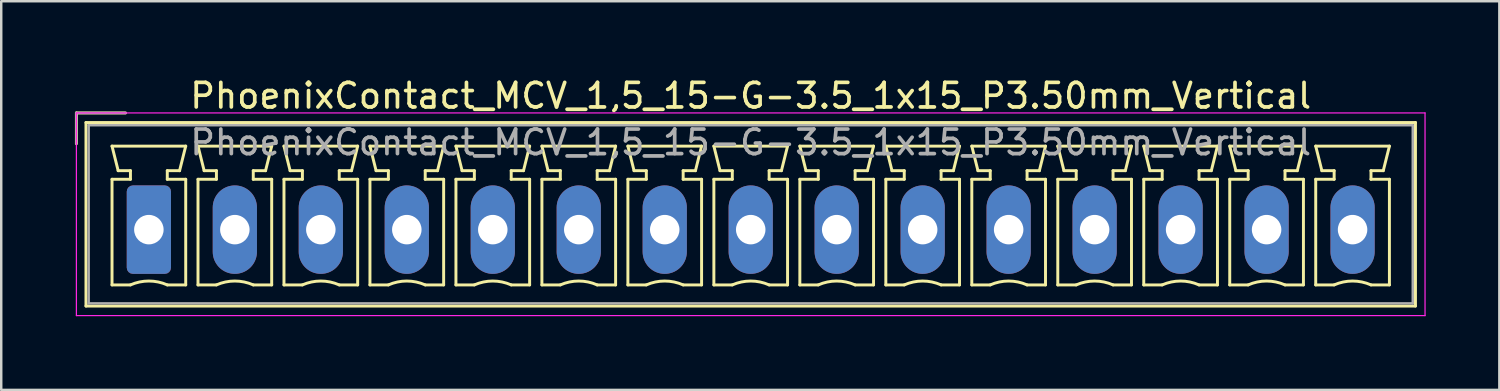
<source format=kicad_pcb>
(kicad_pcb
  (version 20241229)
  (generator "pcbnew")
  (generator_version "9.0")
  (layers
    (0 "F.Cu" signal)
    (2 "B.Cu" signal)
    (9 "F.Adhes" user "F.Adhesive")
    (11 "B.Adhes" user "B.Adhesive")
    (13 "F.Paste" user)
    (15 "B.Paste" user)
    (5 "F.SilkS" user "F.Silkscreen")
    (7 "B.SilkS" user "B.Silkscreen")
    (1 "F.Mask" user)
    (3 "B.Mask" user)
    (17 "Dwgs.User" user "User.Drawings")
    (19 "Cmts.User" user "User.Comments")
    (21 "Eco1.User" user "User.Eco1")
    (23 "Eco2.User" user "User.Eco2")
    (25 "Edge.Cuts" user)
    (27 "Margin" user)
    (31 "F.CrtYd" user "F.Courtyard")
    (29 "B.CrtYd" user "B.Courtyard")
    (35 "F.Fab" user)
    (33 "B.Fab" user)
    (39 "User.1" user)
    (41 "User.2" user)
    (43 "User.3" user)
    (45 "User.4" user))
  (footprint "PhoenixContact_MCV_1,5_15-G-3.5_1x15_P3.50mm_Vertical"
    (layer "F.Cu")
    (at 3.01 6.298)
    (property "Reference" "PhoenixContact_MCV_1,5_15-G-3.5_1x15_P3.50mm_Vertical" (at 24.5 -5.45 0) (layer "F.SilkS") (effects (font (size 1 1) (thickness 0.15))))
    (attr through_hole)
    (fp_line (start -2.95 -4.75) (end -0.95 -4.75) (stroke (width 0.12) (type solid)) (layer "F.SilkS"))
    (fp_line (start -2.95 -3.5) (end -2.95 -4.75) (stroke (width 0.12) (type solid)) (layer "F.SilkS"))
    (fp_line (start -2.56 -4.36) (end -2.56 3.11) (stroke (width 0.12) (type solid)) (layer "F.SilkS"))
    (fp_line (start -2.56 3.11) (end 51.56 3.11) (stroke (width 0.12) (type solid)) (layer "F.SilkS"))
    (fp_line (start -1.5 -3.4) (end 1.5 -3.4) (stroke (width 0.12) (type solid)) (layer "F.SilkS"))
    (fp_line (start -1.5 -2.05) (end -0.75 -2.05) (stroke (width 0.12) (type solid)) (layer "F.SilkS"))
    (fp_line (start -1.5 2.25) (end -1.5 -2.05) (stroke (width 0.12) (type solid)) (layer "F.SilkS"))
    (fp_line (start -1.25 -2.4) (end -1.5 -3.4) (stroke (width 0.12) (type solid)) (layer "F.SilkS"))
    (fp_line (start -0.75 -2.4) (end -1.25 -2.4) (stroke (width 0.12) (type solid)) (layer "F.SilkS"))
    (fp_line (start -0.75 -2.05) (end -0.75 -2.4) (stroke (width 0.12) (type solid)) (layer "F.SilkS"))
    (fp_line (start -0.75 2.25) (end -1.5 2.25) (stroke (width 0.12) (type solid)) (layer "F.SilkS"))
    (fp_line (start 0.75 -2.4) (end 0.75 -2.05) (stroke (width 0.12) (type solid)) (layer "F.SilkS"))
    (fp_line (start 0.75 -2.05) (end 1.5 -2.05) (stroke (width 0.12) (type solid)) (layer "F.SilkS"))
    (fp_line (start 1.25 -2.4) (end 0.75 -2.4) (stroke (width 0.12) (type solid)) (layer "F.SilkS"))
    (fp_line (start 1.5 -3.4) (end 1.25 -2.4) (stroke (width 0.12) (type solid)) (layer "F.SilkS"))
    (fp_line (start 1.5 -2.05) (end 1.5 2.25) (stroke (width 0.12) (type solid)) (layer "F.SilkS"))
    (fp_line (start 1.5 2.25) (end 0.75 2.25) (stroke (width 0.12) (type solid)) (layer "F.SilkS"))
    (fp_line (start 2 -3.4) (end 5 -3.4) (stroke (width 0.12) (type solid)) (layer "F.SilkS"))
    (fp_line (start 2 -2.05) (end 2.75 -2.05) (stroke (width 0.12) (type solid)) (layer "F.SilkS"))
    (fp_line (start 2 2.25) (end 2 -2.05) (stroke (width 0.12) (type solid)) (layer "F.SilkS"))
    (fp_line (start 2.25 -2.4) (end 2 -3.4) (stroke (width 0.12) (type solid)) (layer "F.SilkS"))
    (fp_line (start 2.75 -2.4) (end 2.25 -2.4) (stroke (width 0.12) (type solid)) (layer "F.SilkS"))
    (fp_line (start 2.75 -2.05) (end 2.75 -2.4) (stroke (width 0.12) (type solid)) (layer "F.SilkS"))
    (fp_line (start 2.75 2.25) (end 2 2.25) (stroke (width 0.12) (type solid)) (layer "F.SilkS"))
    (fp_line (start 4.25 -2.4) (end 4.25 -2.05) (stroke (width 0.12) (type solid)) (layer "F.SilkS"))
    (fp_line (start 4.25 -2.05) (end 5 -2.05) (stroke (width 0.12) (type solid)) (layer "F.SilkS"))
    (fp_line (start 4.75 -2.4) (end 4.25 -2.4) (stroke (width 0.12) (type solid)) (layer "F.SilkS"))
    (fp_line (start 5 -3.4) (end 4.75 -2.4) (stroke (width 0.12) (type solid)) (layer "F.SilkS"))
    (fp_line (start 5 -2.05) (end 5 2.25) (stroke (width 0.12) (type solid)) (layer "F.SilkS"))
    (fp_line (start 5 2.25) (end 4.25 2.25) (stroke (width 0.12) (type solid)) (layer "F.SilkS"))
    (fp_line (start 5.5 -3.4) (end 8.5 -3.4) (stroke (width 0.12) (type solid)) (layer "F.SilkS"))
    (fp_line (start 5.5 -2.05) (end 6.25 -2.05) (stroke (width 0.12) (type solid)) (layer "F.SilkS"))
    (fp_line (start 5.5 2.25) (end 5.5 -2.05) (stroke (width 0.12) (type solid)) (layer "F.SilkS"))
    (fp_line (start 5.75 -2.4) (end 5.5 -3.4) (stroke (width 0.12) (type solid)) (layer "F.SilkS"))
    (fp_line (start 6.25 -2.4) (end 5.75 -2.4) (stroke (width 0.12) (type solid)) (layer "F.SilkS"))
    (fp_line (start 6.25 -2.05) (end 6.25 -2.4) (stroke (width 0.12) (type solid)) (layer "F.SilkS"))
    (fp_line (start 6.25 2.25) (end 5.5 2.25) (stroke (width 0.12) (type solid)) (layer "F.SilkS"))
    (fp_line (start 7.75 -2.4) (end 7.75 -2.05) (stroke (width 0.12) (type solid)) (layer "F.SilkS"))
    (fp_line (start 7.75 -2.05) (end 8.5 -2.05) (stroke (width 0.12) (type solid)) (layer "F.SilkS"))
    (fp_line (start 8.25 -2.4) (end 7.75 -2.4) (stroke (width 0.12) (type solid)) (layer "F.SilkS"))
    (fp_line (start 8.5 -3.4) (end 8.25 -2.4) (stroke (width 0.12) (type solid)) (layer "F.SilkS"))
    (fp_line (start 8.5 -2.05) (end 8.5 2.25) (stroke (width 0.12) (type solid)) (layer "F.SilkS"))
    (fp_line (start 8.5 2.25) (end 7.75 2.25) (stroke (width 0.12) (type solid)) (layer "F.SilkS"))
    (fp_line (start 9 -3.4) (end 12 -3.4) (stroke (width 0.12) (type solid)) (layer "F.SilkS"))
    (fp_line (start 9 -2.05) (end 9.75 -2.05) (stroke (width 0.12) (type solid)) (layer "F.SilkS"))
    (fp_line (start 9 2.25) (end 9 -2.05) (stroke (width 0.12) (type solid)) (layer "F.SilkS"))
    (fp_line (start 9.25 -2.4) (end 9 -3.4) (stroke (width 0.12) (type solid)) (layer "F.SilkS"))
    (fp_line (start 9.75 -2.4) (end 9.25 -2.4) (stroke (width 0.12) (type solid)) (layer "F.SilkS"))
    (fp_line (start 9.75 -2.05) (end 9.75 -2.4) (stroke (width 0.12) (type solid)) (layer "F.SilkS"))
    (fp_line (start 9.75 2.25) (end 9 2.25) (stroke (width 0.12) (type solid)) (layer "F.SilkS"))
    (fp_line (start 11.25 -2.4) (end 11.25 -2.05) (stroke (width 0.12) (type solid)) (layer "F.SilkS"))
    (fp_line (start 11.25 -2.05) (end 12 -2.05) (stroke (width 0.12) (type solid)) (layer "F.SilkS"))
    (fp_line (start 11.75 -2.4) (end 11.25 -2.4) (stroke (width 0.12) (type solid)) (layer "F.SilkS"))
    (fp_line (start 12 -3.4) (end 11.75 -2.4) (stroke (width 0.12) (type solid)) (layer "F.SilkS"))
    (fp_line (start 12 -2.05) (end 12 2.25) (stroke (width 0.12) (type solid)) (layer "F.SilkS"))
    (fp_line (start 12 2.25) (end 11.25 2.25) (stroke (width 0.12) (type solid)) (layer "F.SilkS"))
    (fp_line (start 12.5 -3.4) (end 15.5 -3.4) (stroke (width 0.12) (type solid)) (layer "F.SilkS"))
    (fp_line (start 12.5 -2.05) (end 13.25 -2.05) (stroke (width 0.12) (type solid)) (layer "F.SilkS"))
    (fp_line (start 12.5 2.25) (end 12.5 -2.05) (stroke (width 0.12) (type solid)) (layer "F.SilkS"))
    (fp_line (start 12.75 -2.4) (end 12.5 -3.4) (stroke (width 0.12) (type solid)) (layer "F.SilkS"))
    (fp_line (start 13.25 -2.4) (end 12.75 -2.4) (stroke (width 0.12) (type solid)) (layer "F.SilkS"))
    (fp_line (start 13.25 -2.05) (end 13.25 -2.4) (stroke (width 0.12) (type solid)) (layer "F.SilkS"))
    (fp_line (start 13.25 2.25) (end 12.5 2.25) (stroke (width 0.12) (type solid)) (layer "F.SilkS"))
    (fp_line (start 14.75 -2.4) (end 14.75 -2.05) (stroke (width 0.12) (type solid)) (layer "F.SilkS"))
    (fp_line (start 14.75 -2.05) (end 15.5 -2.05) (stroke (width 0.12) (type solid)) (layer "F.SilkS"))
    (fp_line (start 15.25 -2.4) (end 14.75 -2.4) (stroke (width 0.12) (type solid)) (layer "F.SilkS"))
    (fp_line (start 15.5 -3.4) (end 15.25 -2.4) (stroke (width 0.12) (type solid)) (layer "F.SilkS"))
    (fp_line (start 15.5 -2.05) (end 15.5 2.25) (stroke (width 0.12) (type solid)) (layer "F.SilkS"))
    (fp_line (start 15.5 2.25) (end 14.75 2.25) (stroke (width 0.12) (type solid)) (layer "F.SilkS"))
    (fp_line (start 16 -3.4) (end 19 -3.4) (stroke (width 0.12) (type solid)) (layer "F.SilkS"))
    (fp_line (start 16 -2.05) (end 16.75 -2.05) (stroke (width 0.12) (type solid)) (layer "F.SilkS"))
    (fp_line (start 16 2.25) (end 16 -2.05) (stroke (width 0.12) (type solid)) (layer "F.SilkS"))
    (fp_line (start 16.25 -2.4) (end 16 -3.4) (stroke (width 0.12) (type solid)) (layer "F.SilkS"))
    (fp_line (start 16.75 -2.4) (end 16.25 -2.4) (stroke (width 0.12) (type solid)) (layer "F.SilkS"))
    (fp_line (start 16.75 -2.05) (end 16.75 -2.4) (stroke (width 0.12) (type solid)) (layer "F.SilkS"))
    (fp_line (start 16.75 2.25) (end 16 2.25) (stroke (width 0.12) (type solid)) (layer "F.SilkS"))
    (fp_line (start 18.25 -2.4) (end 18.25 -2.05) (stroke (width 0.12) (type solid)) (layer "F.SilkS"))
    (fp_line (start 18.25 -2.05) (end 19 -2.05) (stroke (width 0.12) (type solid)) (layer "F.SilkS"))
    (fp_line (start 18.75 -2.4) (end 18.25 -2.4) (stroke (width 0.12) (type solid)) (layer "F.SilkS"))
    (fp_line (start 19 -3.4) (end 18.75 -2.4) (stroke (width 0.12) (type solid)) (layer "F.SilkS"))
    (fp_line (start 19 -2.05) (end 19 2.25) (stroke (width 0.12) (type solid)) (layer "F.SilkS"))
    (fp_line (start 19 2.25) (end 18.25 2.25) (stroke (width 0.12) (type solid)) (layer "F.SilkS"))
    (fp_line (start 19.5 -3.4) (end 22.5 -3.4) (stroke (width 0.12) (type solid)) (layer "F.SilkS"))
    (fp_line (start 19.5 -2.05) (end 20.25 -2.05) (stroke (width 0.12) (type solid)) (layer "F.SilkS"))
    (fp_line (start 19.5 2.25) (end 19.5 -2.05) (stroke (width 0.12) (type solid)) (layer "F.SilkS"))
    (fp_line (start 19.75 -2.4) (end 19.5 -3.4) (stroke (width 0.12) (type solid)) (layer "F.SilkS"))
    (fp_line (start 20.25 -2.4) (end 19.75 -2.4) (stroke (width 0.12) (type solid)) (layer "F.SilkS"))
    (fp_line (start 20.25 -2.05) (end 20.25 -2.4) (stroke (width 0.12) (type solid)) (layer "F.SilkS"))
    (fp_line (start 20.25 2.25) (end 19.5 2.25) (stroke (width 0.12) (type solid)) (layer "F.SilkS"))
    (fp_line (start 21.75 -2.4) (end 21.75 -2.05) (stroke (width 0.12) (type solid)) (layer "F.SilkS"))
    (fp_line (start 21.75 -2.05) (end 22.5 -2.05) (stroke (width 0.12) (type solid)) (layer "F.SilkS"))
    (fp_line (start 22.25 -2.4) (end 21.75 -2.4) (stroke (width 0.12) (type solid)) (layer "F.SilkS"))
    (fp_line (start 22.5 -3.4) (end 22.25 -2.4) (stroke (width 0.12) (type solid)) (layer "F.SilkS"))
    (fp_line (start 22.5 -2.05) (end 22.5 2.25) (stroke (width 0.12) (type solid)) (layer "F.SilkS"))
    (fp_line (start 22.5 2.25) (end 21.75 2.25) (stroke (width 0.12) (type solid)) (layer "F.SilkS"))
    (fp_line (start 23 -3.4) (end 26 -3.4) (stroke (width 0.12) (type solid)) (layer "F.SilkS"))
    (fp_line (start 23 -2.05) (end 23.75 -2.05) (stroke (width 0.12) (type solid)) (layer "F.SilkS"))
    (fp_line (start 23 2.25) (end 23 -2.05) (stroke (width 0.12) (type solid)) (layer "F.SilkS"))
    (fp_line (start 23.25 -2.4) (end 23 -3.4) (stroke (width 0.12) (type solid)) (layer "F.SilkS"))
    (fp_line (start 23.75 -2.4) (end 23.25 -2.4) (stroke (width 0.12) (type solid)) (layer "F.SilkS"))
    (fp_line (start 23.75 -2.05) (end 23.75 -2.4) (stroke (width 0.12) (type solid)) (layer "F.SilkS"))
    (fp_line (start 23.75 2.25) (end 23 2.25) (stroke (width 0.12) (type solid)) (layer "F.SilkS"))
    (fp_line (start 25.25 -2.4) (end 25.25 -2.05) (stroke (width 0.12) (type solid)) (layer "F.SilkS"))
    (fp_line (start 25.25 -2.05) (end 26 -2.05) (stroke (width 0.12) (type solid)) (layer "F.SilkS"))
    (fp_line (start 25.75 -2.4) (end 25.25 -2.4) (stroke (width 0.12) (type solid)) (layer "F.SilkS"))
    (fp_line (start 26 -3.4) (end 25.75 -2.4) (stroke (width 0.12) (type solid)) (layer "F.SilkS"))
    (fp_line (start 26 -2.05) (end 26 2.25) (stroke (width 0.12) (type solid)) (layer "F.SilkS"))
    (fp_line (start 26 2.25) (end 25.25 2.25) (stroke (width 0.12) (type solid)) (layer "F.SilkS"))
    (fp_line (start 26.5 -3.4) (end 29.5 -3.4) (stroke (width 0.12) (type solid)) (layer "F.SilkS"))
    (fp_line (start 26.5 -2.05) (end 27.25 -2.05) (stroke (width 0.12) (type solid)) (layer "F.SilkS"))
    (fp_line (start 26.5 2.25) (end 26.5 -2.05) (stroke (width 0.12) (type solid)) (layer "F.SilkS"))
    (fp_line (start 26.75 -2.4) (end 26.5 -3.4) (stroke (width 0.12) (type solid)) (layer "F.SilkS"))
    (fp_line (start 27.25 -2.4) (end 26.75 -2.4) (stroke (width 0.12) (type solid)) (layer "F.SilkS"))
    (fp_line (start 27.25 -2.05) (end 27.25 -2.4) (stroke (width 0.12) (type solid)) (layer "F.SilkS"))
    (fp_line (start 27.25 2.25) (end 26.5 2.25) (stroke (width 0.12) (type solid)) (layer "F.SilkS"))
    (fp_line (start 28.75 -2.4) (end 28.75 -2.05) (stroke (width 0.12) (type solid)) (layer "F.SilkS"))
    (fp_line (start 28.75 -2.05) (end 29.5 -2.05) (stroke (width 0.12) (type solid)) (layer "F.SilkS"))
    (fp_line (start 29.25 -2.4) (end 28.75 -2.4) (stroke (width 0.12) (type solid)) (layer "F.SilkS"))
    (fp_line (start 29.5 -3.4) (end 29.25 -2.4) (stroke (width 0.12) (type solid)) (layer "F.SilkS"))
    (fp_line (start 29.5 -2.05) (end 29.5 2.25) (stroke (width 0.12) (type solid)) (layer "F.SilkS"))
    (fp_line (start 29.5 2.25) (end 28.75 2.25) (stroke (width 0.12) (type solid)) (layer "F.SilkS"))
    (fp_line (start 30 -3.4) (end 33 -3.4) (stroke (width 0.12) (type solid)) (layer "F.SilkS"))
    (fp_line (start 30 -2.05) (end 30.75 -2.05) (stroke (width 0.12) (type solid)) (layer "F.SilkS"))
    (fp_line (start 30 2.25) (end 30 -2.05) (stroke (width 0.12) (type solid)) (layer "F.SilkS"))
    (fp_line (start 30.25 -2.4) (end 30 -3.4) (stroke (width 0.12) (type solid)) (layer "F.SilkS"))
    (fp_line (start 30.75 -2.4) (end 30.25 -2.4) (stroke (width 0.12) (type solid)) (layer "F.SilkS"))
    (fp_line (start 30.75 -2.05) (end 30.75 -2.4) (stroke (width 0.12) (type solid)) (layer "F.SilkS"))
    (fp_line (start 30.75 2.25) (end 30 2.25) (stroke (width 0.12) (type solid)) (layer "F.SilkS"))
    (fp_line (start 32.25 -2.4) (end 32.25 -2.05) (stroke (width 0.12) (type solid)) (layer "F.SilkS"))
    (fp_line (start 32.25 -2.05) (end 33 -2.05) (stroke (width 0.12) (type solid)) (layer "F.SilkS"))
    (fp_line (start 32.75 -2.4) (end 32.25 -2.4) (stroke (width 0.12) (type solid)) (layer "F.SilkS"))
    (fp_line (start 33 -3.4) (end 32.75 -2.4) (stroke (width 0.12) (type solid)) (layer "F.SilkS"))
    (fp_line (start 33 -2.05) (end 33 2.25) (stroke (width 0.12) (type solid)) (layer "F.SilkS"))
    (fp_line (start 33 2.25) (end 32.25 2.25) (stroke (width 0.12) (type solid)) (layer "F.SilkS"))
    (fp_line (start 33.5 -3.4) (end 36.5 -3.4) (stroke (width 0.12) (type solid)) (layer "F.SilkS"))
    (fp_line (start 33.5 -2.05) (end 34.25 -2.05) (stroke (width 0.12) (type solid)) (layer "F.SilkS"))
    (fp_line (start 33.5 2.25) (end 33.5 -2.05) (stroke (width 0.12) (type solid)) (layer "F.SilkS"))
    (fp_line (start 33.75 -2.4) (end 33.5 -3.4) (stroke (width 0.12) (type solid)) (layer "F.SilkS"))
    (fp_line (start 34.25 -2.4) (end 33.75 -2.4) (stroke (width 0.12) (type solid)) (layer "F.SilkS"))
    (fp_line (start 34.25 -2.05) (end 34.25 -2.4) (stroke (width 0.12) (type solid)) (layer "F.SilkS"))
    (fp_line (start 34.25 2.25) (end 33.5 2.25) (stroke (width 0.12) (type solid)) (layer "F.SilkS"))
    (fp_line (start 35.75 -2.4) (end 35.75 -2.05) (stroke (width 0.12) (type solid)) (layer "F.SilkS"))
    (fp_line (start 35.75 -2.05) (end 36.5 -2.05) (stroke (width 0.12) (type solid)) (layer "F.SilkS"))
    (fp_line (start 36.25 -2.4) (end 35.75 -2.4) (stroke (width 0.12) (type solid)) (layer "F.SilkS"))
    (fp_line (start 36.5 -3.4) (end 36.25 -2.4) (stroke (width 0.12) (type solid)) (layer "F.SilkS"))
    (fp_line (start 36.5 -2.05) (end 36.5 2.25) (stroke (width 0.12) (type solid)) (layer "F.SilkS"))
    (fp_line (start 36.5 2.25) (end 35.75 2.25) (stroke (width 0.12) (type solid)) (layer "F.SilkS"))
    (fp_line (start 37 -3.4) (end 40 -3.4) (stroke (width 0.12) (type solid)) (layer "F.SilkS"))
    (fp_line (start 37 -2.05) (end 37.75 -2.05) (stroke (width 0.12) (type solid)) (layer "F.SilkS"))
    (fp_line (start 37 2.25) (end 37 -2.05) (stroke (width 0.12) (type solid)) (layer "F.SilkS"))
    (fp_line (start 37.25 -2.4) (end 37 -3.4) (stroke (width 0.12) (type solid)) (layer "F.SilkS"))
    (fp_line (start 37.75 -2.4) (end 37.25 -2.4) (stroke (width 0.12) (type solid)) (layer "F.SilkS"))
    (fp_line (start 37.75 -2.05) (end 37.75 -2.4) (stroke (width 0.12) (type solid)) (layer "F.SilkS"))
    (fp_line (start 37.75 2.25) (end 37 2.25) (stroke (width 0.12) (type solid)) (layer "F.SilkS"))
    (fp_line (start 39.25 -2.4) (end 39.25 -2.05) (stroke (width 0.12) (type solid)) (layer "F.SilkS"))
    (fp_line (start 39.25 -2.05) (end 40 -2.05) (stroke (width 0.12) (type solid)) (layer "F.SilkS"))
    (fp_line (start 39.75 -2.4) (end 39.25 -2.4) (stroke (width 0.12) (type solid)) (layer "F.SilkS"))
    (fp_line (start 40 -3.4) (end 39.75 -2.4) (stroke (width 0.12) (type solid)) (layer "F.SilkS"))
    (fp_line (start 40 -2.05) (end 40 2.25) (stroke (width 0.12) (type solid)) (layer "F.SilkS"))
    (fp_line (start 40 2.25) (end 39.25 2.25) (stroke (width 0.12) (type solid)) (layer "F.SilkS"))
    (fp_line (start 40.5 -3.4) (end 43.5 -3.4) (stroke (width 0.12) (type solid)) (layer "F.SilkS"))
    (fp_line (start 40.5 -2.05) (end 41.25 -2.05) (stroke (width 0.12) (type solid)) (layer "F.SilkS"))
    (fp_line (start 40.5 2.25) (end 40.5 -2.05) (stroke (width 0.12) (type solid)) (layer "F.SilkS"))
    (fp_line (start 40.75 -2.4) (end 40.5 -3.4) (stroke (width 0.12) (type solid)) (layer "F.SilkS"))
    (fp_line (start 41.25 -2.4) (end 40.75 -2.4) (stroke (width 0.12) (type solid)) (layer "F.SilkS"))
    (fp_line (start 41.25 -2.05) (end 41.25 -2.4) (stroke (width 0.12) (type solid)) (layer "F.SilkS"))
    (fp_line (start 41.25 2.25) (end 40.5 2.25) (stroke (width 0.12) (type solid)) (layer "F.SilkS"))
    (fp_line (start 42.75 -2.4) (end 42.75 -2.05) (stroke (width 0.12) (type solid)) (layer "F.SilkS"))
    (fp_line (start 42.75 -2.05) (end 43.5 -2.05) (stroke (width 0.12) (type solid)) (layer "F.SilkS"))
    (fp_line (start 43.25 -2.4) (end 42.75 -2.4) (stroke (width 0.12) (type solid)) (layer "F.SilkS"))
    (fp_line (start 43.5 -3.4) (end 43.25 -2.4) (stroke (width 0.12) (type solid)) (layer "F.SilkS"))
    (fp_line (start 43.5 -2.05) (end 43.5 2.25) (stroke (width 0.12) (type solid)) (layer "F.SilkS"))
    (fp_line (start 43.5 2.25) (end 42.75 2.25) (stroke (width 0.12) (type solid)) (layer "F.SilkS"))
    (fp_line (start 44 -3.4) (end 47 -3.4) (stroke (width 0.12) (type solid)) (layer "F.SilkS"))
    (fp_line (start 44 -2.05) (end 44.75 -2.05) (stroke (width 0.12) (type solid)) (layer "F.SilkS"))
    (fp_line (start 44 2.25) (end 44 -2.05) (stroke (width 0.12) (type solid)) (layer "F.SilkS"))
    (fp_line (start 44.25 -2.4) (end 44 -3.4) (stroke (width 0.12) (type solid)) (layer "F.SilkS"))
    (fp_line (start 44.75 -2.4) (end 44.25 -2.4) (stroke (width 0.12) (type solid)) (layer "F.SilkS"))
    (fp_line (start 44.75 -2.05) (end 44.75 -2.4) (stroke (width 0.12) (type solid)) (layer "F.SilkS"))
    (fp_line (start 44.75 2.25) (end 44 2.25) (stroke (width 0.12) (type solid)) (layer "F.SilkS"))
    (fp_line (start 46.25 -2.4) (end 46.25 -2.05) (stroke (width 0.12) (type solid)) (layer "F.SilkS"))
    (fp_line (start 46.25 -2.05) (end 47 -2.05) (stroke (width 0.12) (type solid)) (layer "F.SilkS"))
    (fp_line (start 46.75 -2.4) (end 46.25 -2.4) (stroke (width 0.12) (type solid)) (layer "F.SilkS"))
    (fp_line (start 47 -3.4) (end 46.75 -2.4) (stroke (width 0.12) (type solid)) (layer "F.SilkS"))
    (fp_line (start 47 -2.05) (end 47 2.25) (stroke (width 0.12) (type solid)) (layer "F.SilkS"))
    (fp_line (start 47 2.25) (end 46.25 2.25) (stroke (width 0.12) (type solid)) (layer "F.SilkS"))
    (fp_line (start 47.5 -3.4) (end 50.5 -3.4) (stroke (width 0.12) (type solid)) (layer "F.SilkS"))
    (fp_line (start 47.5 -2.05) (end 48.25 -2.05) (stroke (width 0.12) (type solid)) (layer "F.SilkS"))
    (fp_line (start 47.5 2.25) (end 47.5 -2.05) (stroke (width 0.12) (type solid)) (layer "F.SilkS"))
    (fp_line (start 47.75 -2.4) (end 47.5 -3.4) (stroke (width 0.12) (type solid)) (layer "F.SilkS"))
    (fp_line (start 48.25 -2.4) (end 47.75 -2.4) (stroke (width 0.12) (type solid)) (layer "F.SilkS"))
    (fp_line (start 48.25 -2.05) (end 48.25 -2.4) (stroke (width 0.12) (type solid)) (layer "F.SilkS"))
    (fp_line (start 48.25 2.25) (end 47.5 2.25) (stroke (width 0.12) (type solid)) (layer "F.SilkS"))
    (fp_line (start 49.75 -2.4) (end 49.75 -2.05) (stroke (width 0.12) (type solid)) (layer "F.SilkS"))
    (fp_line (start 49.75 -2.05) (end 50.5 -2.05) (stroke (width 0.12) (type solid)) (layer "F.SilkS"))
    (fp_line (start 50.25 -2.4) (end 49.75 -2.4) (stroke (width 0.12) (type solid)) (layer "F.SilkS"))
    (fp_line (start 50.5 -3.4) (end 50.25 -2.4) (stroke (width 0.12) (type solid)) (layer "F.SilkS"))
    (fp_line (start 50.5 -2.05) (end 50.5 2.25) (stroke (width 0.12) (type solid)) (layer "F.SilkS"))
    (fp_line (start 50.5 2.25) (end 49.75 2.25) (stroke (width 0.12) (type solid)) (layer "F.SilkS"))
    (fp_line (start 51.56 -4.36) (end -2.56 -4.36) (stroke (width 0.12) (type solid)) (layer "F.SilkS"))
    (fp_line (start 51.56 3.11) (end 51.56 -4.36) (stroke (width 0.12) (type solid)) (layer "F.SilkS"))
    (fp_arc (start -0.75 2.25) (mid -0.000193 2.09191) (end 0.749647 2.249844) (stroke (width 0.12) (type solid)) (layer "F.SilkS"))
    (fp_arc (start 2.75 2.25) (mid 3.499807 2.09191) (end 4.249647 2.249844) (stroke (width 0.12) (type solid)) (layer "F.SilkS"))
    (fp_arc (start 6.25 2.25) (mid 6.999807 2.09191) (end 7.749647 2.249844) (stroke (width 0.12) (type solid)) (layer "F.SilkS"))
    (fp_arc (start 9.75 2.25) (mid 10.499807 2.09191) (end 11.249647 2.249844) (stroke (width 0.12) (type solid)) (layer "F.SilkS"))
    (fp_arc (start 13.25 2.25) (mid 13.999807 2.09191) (end 14.749647 2.249844) (stroke (width 0.12) (type solid)) (layer "F.SilkS"))
    (fp_arc (start 16.75 2.25) (mid 17.499807 2.09191) (end 18.249647 2.249844) (stroke (width 0.12) (type solid)) (layer "F.SilkS"))
    (fp_arc (start 20.25 2.25) (mid 20.999807 2.09191) (end 21.749647 2.249844) (stroke (width 0.12) (type solid)) (layer "F.SilkS"))
    (fp_arc (start 23.75 2.25) (mid 24.499807 2.09191) (end 25.249647 2.249844) (stroke (width 0.12) (type solid)) (layer "F.SilkS"))
    (fp_arc (start 27.25 2.25) (mid 27.999807 2.09191) (end 28.749647 2.249844) (stroke (width 0.12) (type solid)) (layer "F.SilkS"))
    (fp_arc (start 30.75 2.25) (mid 31.499807 2.09191) (end 32.249647 2.249844) (stroke (width 0.12) (type solid)) (layer "F.SilkS"))
    (fp_arc (start 34.25 2.25) (mid 34.999807 2.09191) (end 35.749647 2.249844) (stroke (width 0.12) (type solid)) (layer "F.SilkS"))
    (fp_arc (start 37.75 2.25) (mid 38.499807 2.09191) (end 39.249647 2.249844) (stroke (width 0.12) (type solid)) (layer "F.SilkS"))
    (fp_arc (start 41.25 2.25) (mid 41.999807 2.09191) (end 42.749647 2.249844) (stroke (width 0.12) (type solid)) (layer "F.SilkS"))
    (fp_arc (start 44.75 2.25) (mid 45.499807 2.09191) (end 46.249647 2.249844) (stroke (width 0.12) (type solid)) (layer "F.SilkS"))
    (fp_arc (start 48.25 2.25) (mid 48.999807 2.09191) (end 49.749647 2.249844) (stroke (width 0.12) (type solid)) (layer "F.SilkS"))
    (fp_line (start -2.95 -4.75) (end -2.95 3.5) (stroke (width 0.05) (type solid)) (layer "F.CrtYd"))
    (fp_line (start -2.95 3.5) (end 51.95 3.5) (stroke (width 0.05) (type solid)) (layer "F.CrtYd"))
    (fp_line (start 51.95 -4.75) (end -2.95 -4.75) (stroke (width 0.05) (type solid)) (layer "F.CrtYd"))
    (fp_line (start 51.95 3.5) (end 51.95 -4.75) (stroke (width 0.05) (type solid)) (layer "F.CrtYd"))
    (fp_line (start -2.95 -4.75) (end -0.95 -4.75) (stroke (width 0.1) (type solid)) (layer "F.Fab"))
    (fp_line (start -2.95 -3.5) (end -2.95 -4.75) (stroke (width 0.1) (type solid)) (layer "F.Fab"))
    (fp_line (start -2.45 -4.25) (end -2.45 3) (stroke (width 0.1) (type solid)) (layer "F.Fab"))
    (fp_line (start -2.45 3) (end 51.45 3) (stroke (width 0.1) (type solid)) (layer "F.Fab"))
    (fp_line (start 51.45 -4.25) (end -2.45 -4.25) (stroke (width 0.1) (type solid)) (layer "F.Fab"))
    (fp_line (start 51.45 3) (end 51.45 -4.25) (stroke (width 0.1) (type solid)) (layer "F.Fab"))
    (fp_text user "${REFERENCE}" (at 24.5 -3.55 0) (layer "F.Fab") (effects (font (size 1 1) (thickness 0.15))))
    (pad "1" thru_hole roundrect (at 0 0) (size 1.8 3.6) (drill 1.2) (layers "*.Cu" "*.Mask") (roundrect_rratio 0.139))
    (pad "2" thru_hole oval (at 3.5 0) (size 1.8 3.6) (drill 1.2) (layers "*.Cu" "*.Mask"))
    (pad "3" thru_hole oval (at 7 0) (size 1.8 3.6) (drill 1.2) (layers "*.Cu" "*.Mask"))
    (pad "4" thru_hole oval (at 10.5 0) (size 1.8 3.6) (drill 1.2) (layers "*.Cu" "*.Mask"))
    (pad "5" thru_hole oval (at 14 0) (size 1.8 3.6) (drill 1.2) (layers "*.Cu" "*.Mask"))
    (pad "6" thru_hole oval (at 17.5 0) (size 1.8 3.6) (drill 1.2) (layers "*.Cu" "*.Mask"))
    (pad "7" thru_hole oval (at 21 0) (size 1.8 3.6) (drill 1.2) (layers "*.Cu" "*.Mask"))
    (pad "8" thru_hole oval (at 24.5 0) (size 1.8 3.6) (drill 1.2) (layers "*.Cu" "*.Mask"))
    (pad "9" thru_hole oval (at 28 0) (size 1.8 3.6) (drill 1.2) (layers "*.Cu" "*.Mask"))
    (pad "10" thru_hole oval (at 31.5 0) (size 1.8 3.6) (drill 1.2) (layers "*.Cu" "*.Mask"))
    (pad "11" thru_hole oval (at 35 0) (size 1.8 3.6) (drill 1.2) (layers "*.Cu" "*.Mask"))
    (pad "12" thru_hole oval (at 38.5 0) (size 1.8 3.6) (drill 1.2) (layers "*.Cu" "*.Mask"))
    (pad "13" thru_hole oval (at 42 0) (size 1.8 3.6) (drill 1.2) (layers "*.Cu" "*.Mask"))
    (pad "14" thru_hole oval (at 45.5 0) (size 1.8 3.6) (drill 1.2) (layers "*.Cu" "*.Mask"))
    (pad "15" thru_hole oval (at 49 0) (size 1.8 3.6) (drill 1.2) (layers "*.Cu" "*.Mask")))
  (gr_rect
    (start -3 -3)
    (end 57.985 12.823)
    (stroke (width 0.1) (type default))
    (fill no)
    (layer "Edge.Cuts")))
</source>
